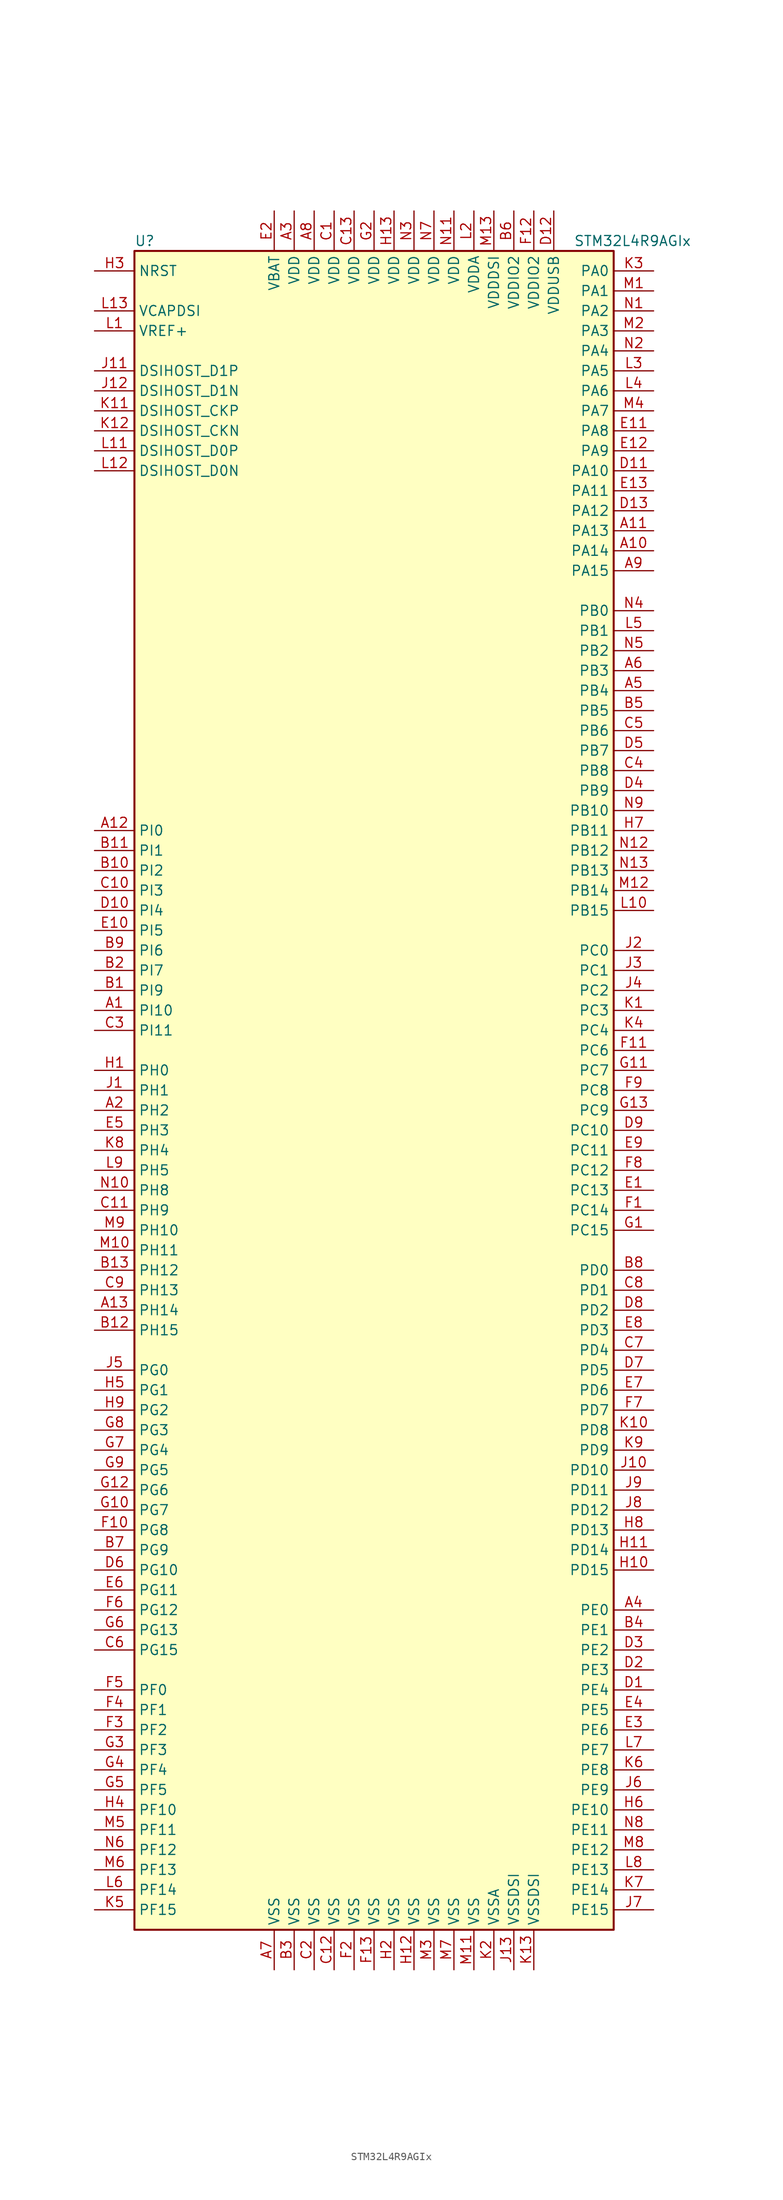
<source format=kicad_sym>
(kicad_symbol_lib
  (version 20201005)
  (generator kicad_symbol_editor)
  (symbol "STM32L4R9AGIx"
    (property "Reference" "U"
      (at -30.48 107.95 0)
      (effects (font (size 1.27 1.27)) (justify left)))
    (property "Value" "STM32L4R9AGIx"
      (at 25.4 107.95 0)
      (effects (font (size 1.27 1.27)) (justify left)))
    (symbol "STM32L4R9AGIx_0_1"
      (rectangle (start -30.48 -106.68) (end 30.48 106.68) (stroke (width 0.254)) (fill (type background))))
    (symbol "STM32L4R9AGIx_1_1"
      (pin bidirectional line (at -35.56 10.16 0) (length 5.08) (name "PI10" (effects (font (size 1.27 1.27)))) (number "A1" (effects (font (size 1.27 1.27)))))
      (pin bidirectional line (at 35.56 68.58 180) (length 5.08) (name "PA14" (effects (font (size 1.27 1.27)))) (number "A10" (effects (font (size 1.27 1.27)))))
      (pin bidirectional line (at 35.56 71.12 180) (length 5.08) (name "PA13" (effects (font (size 1.27 1.27)))) (number "A11" (effects (font (size 1.27 1.27)))))
      (pin bidirectional line (at -35.56 33.02 0) (length 5.08) (name "PI0" (effects (font (size 1.27 1.27)))) (number "A12" (effects (font (size 1.27 1.27)))))
      (pin bidirectional line (at -35.56 -27.94 0) (length 5.08) (name "PH14" (effects (font (size 1.27 1.27)))) (number "A13" (effects (font (size 1.27 1.27)))))
      (pin bidirectional line (at -35.56 -2.54 0) (length 5.08) (name "PH2" (effects (font (size 1.27 1.27)))) (number "A2" (effects (font (size 1.27 1.27)))))
      (pin power_in line (at -10.16 111.76 270) (length 5.08) (name "VDD" (effects (font (size 1.27 1.27)))) (number "A3" (effects (font (size 1.27 1.27)))))
      (pin bidirectional line (at 35.56 -66.04 180) (length 5.08) (name "PE0" (effects (font (size 1.27 1.27)))) (number "A4" (effects (font (size 1.27 1.27)))))
      (pin bidirectional line (at 35.56 50.8 180) (length 5.08) (name "PB4" (effects (font (size 1.27 1.27)))) (number "A5" (effects (font (size 1.27 1.27)))))
      (pin bidirectional line (at 35.56 53.34 180) (length 5.08) (name "PB3" (effects (font (size 1.27 1.27)))) (number "A6" (effects (font (size 1.27 1.27)))))
      (pin power_in line (at -12.7 -111.76 90) (length 5.08) (name "VSS" (effects (font (size 1.27 1.27)))) (number "A7" (effects (font (size 1.27 1.27)))))
      (pin power_in line (at -7.62 111.76 270) (length 5.08) (name "VDD" (effects (font (size 1.27 1.27)))) (number "A8" (effects (font (size 1.27 1.27)))))
      (pin bidirectional line (at 35.56 66.04 180) (length 5.08) (name "PA15" (effects (font (size 1.27 1.27)))) (number "A9" (effects (font (size 1.27 1.27)))))
      (pin bidirectional line (at -35.56 12.7 0) (length 5.08) (name "PI9" (effects (font (size 1.27 1.27)))) (number "B1" (effects (font (size 1.27 1.27)))))
      (pin bidirectional line (at -35.56 27.94 0) (length 5.08) (name "PI2" (effects (font (size 1.27 1.27)))) (number "B10" (effects (font (size 1.27 1.27)))))
      (pin bidirectional line (at -35.56 30.48 0) (length 5.08) (name "PI1" (effects (font (size 1.27 1.27)))) (number "B11" (effects (font (size 1.27 1.27)))))
      (pin bidirectional line (at -35.56 -30.48 0) (length 5.08) (name "PH15" (effects (font (size 1.27 1.27)))) (number "B12" (effects (font (size 1.27 1.27)))))
      (pin bidirectional line (at -35.56 -22.86 0) (length 5.08) (name "PH12" (effects (font (size 1.27 1.27)))) (number "B13" (effects (font (size 1.27 1.27)))))
      (pin bidirectional line (at -35.56 15.24 0) (length 5.08) (name "PI7" (effects (font (size 1.27 1.27)))) (number "B2" (effects (font (size 1.27 1.27)))))
      (pin power_in line (at -10.16 -111.76 90) (length 5.08) (name "VSS" (effects (font (size 1.27 1.27)))) (number "B3" (effects (font (size 1.27 1.27)))))
      (pin bidirectional line (at 35.56 -68.58 180) (length 5.08) (name "PE1" (effects (font (size 1.27 1.27)))) (number "B4" (effects (font (size 1.27 1.27)))))
      (pin bidirectional line (at 35.56 48.26 180) (length 5.08) (name "PB5" (effects (font (size 1.27 1.27)))) (number "B5" (effects (font (size 1.27 1.27)))))
      (pin power_in line (at 17.78 111.76 270) (length 5.08) (name "VDDIO2" (effects (font (size 1.27 1.27)))) (number "B6" (effects (font (size 1.27 1.27)))))
      (pin bidirectional line (at -35.56 -58.42 0) (length 5.08) (name "PG9" (effects (font (size 1.27 1.27)))) (number "B7" (effects (font (size 1.27 1.27)))))
      (pin bidirectional line (at 35.56 -22.86 180) (length 5.08) (name "PD0" (effects (font (size 1.27 1.27)))) (number "B8" (effects (font (size 1.27 1.27)))))
      (pin bidirectional line (at -35.56 17.78 0) (length 5.08) (name "PI6" (effects (font (size 1.27 1.27)))) (number "B9" (effects (font (size 1.27 1.27)))))
      (pin power_in line (at -5.08 111.76 270) (length 5.08) (name "VDD" (effects (font (size 1.27 1.27)))) (number "C1" (effects (font (size 1.27 1.27)))))
      (pin bidirectional line (at -35.56 25.4 0) (length 5.08) (name "PI3" (effects (font (size 1.27 1.27)))) (number "C10" (effects (font (size 1.27 1.27)))))
      (pin bidirectional line (at -35.56 -15.24 0) (length 5.08) (name "PH9" (effects (font (size 1.27 1.27)))) (number "C11" (effects (font (size 1.27 1.27)))))
      (pin power_in line (at -5.08 -111.76 90) (length 5.08) (name "VSS" (effects (font (size 1.27 1.27)))) (number "C12" (effects (font (size 1.27 1.27)))))
      (pin power_in line (at -2.54 111.76 270) (length 5.08) (name "VDD" (effects (font (size 1.27 1.27)))) (number "C13" (effects (font (size 1.27 1.27)))))
      (pin power_in line (at -7.62 -111.76 90) (length 5.08) (name "VSS" (effects (font (size 1.27 1.27)))) (number "C2" (effects (font (size 1.27 1.27)))))
      (pin bidirectional line (at -35.56 7.62 0) (length 5.08) (name "PI11" (effects (font (size 1.27 1.27)))) (number "C3" (effects (font (size 1.27 1.27)))))
      (pin bidirectional line (at 35.56 40.64 180) (length 5.08) (name "PB8" (effects (font (size 1.27 1.27)))) (number "C4" (effects (font (size 1.27 1.27)))))
      (pin bidirectional line (at 35.56 45.72 180) (length 5.08) (name "PB6" (effects (font (size 1.27 1.27)))) (number "C5" (effects (font (size 1.27 1.27)))))
      (pin bidirectional line (at -35.56 -71.12 0) (length 5.08) (name "PG15" (effects (font (size 1.27 1.27)))) (number "C6" (effects (font (size 1.27 1.27)))))
      (pin bidirectional line (at 35.56 -33.02 180) (length 5.08) (name "PD4" (effects (font (size 1.27 1.27)))) (number "C7" (effects (font (size 1.27 1.27)))))
      (pin bidirectional line (at 35.56 -25.4 180) (length 5.08) (name "PD1" (effects (font (size 1.27 1.27)))) (number "C8" (effects (font (size 1.27 1.27)))))
      (pin bidirectional line (at -35.56 -25.4 0) (length 5.08) (name "PH13" (effects (font (size 1.27 1.27)))) (number "C9" (effects (font (size 1.27 1.27)))))
      (pin bidirectional line (at 35.56 -76.2 180) (length 5.08) (name "PE4" (effects (font (size 1.27 1.27)))) (number "D1" (effects (font (size 1.27 1.27)))))
      (pin bidirectional line (at -35.56 22.86 0) (length 5.08) (name "PI4" (effects (font (size 1.27 1.27)))) (number "D10" (effects (font (size 1.27 1.27)))))
      (pin bidirectional line (at 35.56 78.74 180) (length 5.08) (name "PA10" (effects (font (size 1.27 1.27)))) (number "D11" (effects (font (size 1.27 1.27)))))
      (pin power_in line (at 22.86 111.76 270) (length 5.08) (name "VDDUSB" (effects (font (size 1.27 1.27)))) (number "D12" (effects (font (size 1.27 1.27)))))
      (pin bidirectional line (at 35.56 73.66 180) (length 5.08) (name "PA12" (effects (font (size 1.27 1.27)))) (number "D13" (effects (font (size 1.27 1.27)))))
      (pin bidirectional line (at 35.56 -73.66 180) (length 5.08) (name "PE3" (effects (font (size 1.27 1.27)))) (number "D2" (effects (font (size 1.27 1.27)))))
      (pin bidirectional line (at 35.56 -71.12 180) (length 5.08) (name "PE2" (effects (font (size 1.27 1.27)))) (number "D3" (effects (font (size 1.27 1.27)))))
      (pin bidirectional line (at 35.56 38.1 180) (length 5.08) (name "PB9" (effects (font (size 1.27 1.27)))) (number "D4" (effects (font (size 1.27 1.27)))))
      (pin bidirectional line (at 35.56 43.18 180) (length 5.08) (name "PB7" (effects (font (size 1.27 1.27)))) (number "D5" (effects (font (size 1.27 1.27)))))
      (pin bidirectional line (at -35.56 -60.96 0) (length 5.08) (name "PG10" (effects (font (size 1.27 1.27)))) (number "D6" (effects (font (size 1.27 1.27)))))
      (pin bidirectional line (at 35.56 -35.56 180) (length 5.08) (name "PD5" (effects (font (size 1.27 1.27)))) (number "D7" (effects (font (size 1.27 1.27)))))
      (pin bidirectional line (at 35.56 -27.94 180) (length 5.08) (name "PD2" (effects (font (size 1.27 1.27)))) (number "D8" (effects (font (size 1.27 1.27)))))
      (pin bidirectional line (at 35.56 -5.08 180) (length 5.08) (name "PC10" (effects (font (size 1.27 1.27)))) (number "D9" (effects (font (size 1.27 1.27)))))
      (pin bidirectional line (at 35.56 -12.7 180) (length 5.08) (name "PC13" (effects (font (size 1.27 1.27)))) (number "E1" (effects (font (size 1.27 1.27)))))
      (pin bidirectional line (at -35.56 20.32 0) (length 5.08) (name "PI5" (effects (font (size 1.27 1.27)))) (number "E10" (effects (font (size 1.27 1.27)))))
      (pin bidirectional line (at 35.56 83.82 180) (length 5.08) (name "PA8" (effects (font (size 1.27 1.27)))) (number "E11" (effects (font (size 1.27 1.27)))))
      (pin bidirectional line (at 35.56 81.28 180) (length 5.08) (name "PA9" (effects (font (size 1.27 1.27)))) (number "E12" (effects (font (size 1.27 1.27)))))
      (pin bidirectional line (at 35.56 76.2 180) (length 5.08) (name "PA11" (effects (font (size 1.27 1.27)))) (number "E13" (effects (font (size 1.27 1.27)))))
      (pin power_in line (at -12.7 111.76 270) (length 5.08) (name "VBAT" (effects (font (size 1.27 1.27)))) (number "E2" (effects (font (size 1.27 1.27)))))
      (pin bidirectional line (at 35.56 -81.28 180) (length 5.08) (name "PE6" (effects (font (size 1.27 1.27)))) (number "E3" (effects (font (size 1.27 1.27)))))
      (pin bidirectional line (at 35.56 -78.74 180) (length 5.08) (name "PE5" (effects (font (size 1.27 1.27)))) (number "E4" (effects (font (size 1.27 1.27)))))
      (pin bidirectional line (at -35.56 -5.08 0) (length 5.08) (name "PH3" (effects (font (size 1.27 1.27)))) (number "E5" (effects (font (size 1.27 1.27)))))
      (pin bidirectional line (at -35.56 -63.5 0) (length 5.08) (name "PG11" (effects (font (size 1.27 1.27)))) (number "E6" (effects (font (size 1.27 1.27)))))
      (pin bidirectional line (at 35.56 -38.1 180) (length 5.08) (name "PD6" (effects (font (size 1.27 1.27)))) (number "E7" (effects (font (size 1.27 1.27)))))
      (pin bidirectional line (at 35.56 -30.48 180) (length 5.08) (name "PD3" (effects (font (size 1.27 1.27)))) (number "E8" (effects (font (size 1.27 1.27)))))
      (pin bidirectional line (at 35.56 -7.62 180) (length 5.08) (name "PC11" (effects (font (size 1.27 1.27)))) (number "E9" (effects (font (size 1.27 1.27)))))
      (pin bidirectional line (at 35.56 -15.24 180) (length 5.08) (name "PC14" (effects (font (size 1.27 1.27)))) (number "F1" (effects (font (size 1.27 1.27)))))
      (pin bidirectional line (at -35.56 -55.88 0) (length 5.08) (name "PG8" (effects (font (size 1.27 1.27)))) (number "F10" (effects (font (size 1.27 1.27)))))
      (pin bidirectional line (at 35.56 5.08 180) (length 5.08) (name "PC6" (effects (font (size 1.27 1.27)))) (number "F11" (effects (font (size 1.27 1.27)))))
      (pin power_in line (at 20.32 111.76 270) (length 5.08) (name "VDDIO2" (effects (font (size 1.27 1.27)))) (number "F12" (effects (font (size 1.27 1.27)))))
      (pin power_in line (at 0 -111.76 90) (length 5.08) (name "VSS" (effects (font (size 1.27 1.27)))) (number "F13" (effects (font (size 1.27 1.27)))))
      (pin power_in line (at -2.54 -111.76 90) (length 5.08) (name "VSS" (effects (font (size 1.27 1.27)))) (number "F2" (effects (font (size 1.27 1.27)))))
      (pin bidirectional line (at -35.56 -81.28 0) (length 5.08) (name "PF2" (effects (font (size 1.27 1.27)))) (number "F3" (effects (font (size 1.27 1.27)))))
      (pin bidirectional line (at -35.56 -78.74 0) (length 5.08) (name "PF1" (effects (font (size 1.27 1.27)))) (number "F4" (effects (font (size 1.27 1.27)))))
      (pin bidirectional line (at -35.56 -76.2 0) (length 5.08) (name "PF0" (effects (font (size 1.27 1.27)))) (number "F5" (effects (font (size 1.27 1.27)))))
      (pin bidirectional line (at -35.56 -66.04 0) (length 5.08) (name "PG12" (effects (font (size 1.27 1.27)))) (number "F6" (effects (font (size 1.27 1.27)))))
      (pin bidirectional line (at 35.56 -40.64 180) (length 5.08) (name "PD7" (effects (font (size 1.27 1.27)))) (number "F7" (effects (font (size 1.27 1.27)))))
      (pin bidirectional line (at 35.56 -10.16 180) (length 5.08) (name "PC12" (effects (font (size 1.27 1.27)))) (number "F8" (effects (font (size 1.27 1.27)))))
      (pin bidirectional line (at 35.56 0 180) (length 5.08) (name "PC8" (effects (font (size 1.27 1.27)))) (number "F9" (effects (font (size 1.27 1.27)))))
      (pin bidirectional line (at 35.56 -17.78 180) (length 5.08) (name "PC15" (effects (font (size 1.27 1.27)))) (number "G1" (effects (font (size 1.27 1.27)))))
      (pin bidirectional line (at -35.56 -53.34 0) (length 5.08) (name "PG7" (effects (font (size 1.27 1.27)))) (number "G10" (effects (font (size 1.27 1.27)))))
      (pin bidirectional line (at 35.56 2.54 180) (length 5.08) (name "PC7" (effects (font (size 1.27 1.27)))) (number "G11" (effects (font (size 1.27 1.27)))))
      (pin bidirectional line (at -35.56 -50.8 0) (length 5.08) (name "PG6" (effects (font (size 1.27 1.27)))) (number "G12" (effects (font (size 1.27 1.27)))))
      (pin bidirectional line (at 35.56 -2.54 180) (length 5.08) (name "PC9" (effects (font (size 1.27 1.27)))) (number "G13" (effects (font (size 1.27 1.27)))))
      (pin power_in line (at 0 111.76 270) (length 5.08) (name "VDD" (effects (font (size 1.27 1.27)))) (number "G2" (effects (font (size 1.27 1.27)))))
      (pin bidirectional line (at -35.56 -83.82 0) (length 5.08) (name "PF3" (effects (font (size 1.27 1.27)))) (number "G3" (effects (font (size 1.27 1.27)))))
      (pin bidirectional line (at -35.56 -86.36 0) (length 5.08) (name "PF4" (effects (font (size 1.27 1.27)))) (number "G4" (effects (font (size 1.27 1.27)))))
      (pin bidirectional line (at -35.56 -88.9 0) (length 5.08) (name "PF5" (effects (font (size 1.27 1.27)))) (number "G5" (effects (font (size 1.27 1.27)))))
      (pin bidirectional line (at -35.56 -68.58 0) (length 5.08) (name "PG13" (effects (font (size 1.27 1.27)))) (number "G6" (effects (font (size 1.27 1.27)))))
      (pin bidirectional line (at -35.56 -45.72 0) (length 5.08) (name "PG4" (effects (font (size 1.27 1.27)))) (number "G7" (effects (font (size 1.27 1.27)))))
      (pin bidirectional line (at -35.56 -43.18 0) (length 5.08) (name "PG3" (effects (font (size 1.27 1.27)))) (number "G8" (effects (font (size 1.27 1.27)))))
      (pin bidirectional line (at -35.56 -48.26 0) (length 5.08) (name "PG5" (effects (font (size 1.27 1.27)))) (number "G9" (effects (font (size 1.27 1.27)))))
      (pin input line (at -35.56 2.54 0) (length 5.08) (name "PH0" (effects (font (size 1.27 1.27)))) (number "H1" (effects (font (size 1.27 1.27)))))
      (pin bidirectional line (at 35.56 -60.96 180) (length 5.08) (name "PD15" (effects (font (size 1.27 1.27)))) (number "H10" (effects (font (size 1.27 1.27)))))
      (pin bidirectional line (at 35.56 -58.42 180) (length 5.08) (name "PD14" (effects (font (size 1.27 1.27)))) (number "H11" (effects (font (size 1.27 1.27)))))
      (pin power_in line (at 5.08 -111.76 90) (length 5.08) (name "VSS" (effects (font (size 1.27 1.27)))) (number "H12" (effects (font (size 1.27 1.27)))))
      (pin power_in line (at 2.54 111.76 270) (length 5.08) (name "VDD" (effects (font (size 1.27 1.27)))) (number "H13" (effects (font (size 1.27 1.27)))))
      (pin power_in line (at 2.54 -111.76 90) (length 5.08) (name "VSS" (effects (font (size 1.27 1.27)))) (number "H2" (effects (font (size 1.27 1.27)))))
      (pin input line (at -35.56 104.14 0) (length 5.08) (name "NRST" (effects (font (size 1.27 1.27)))) (number "H3" (effects (font (size 1.27 1.27)))))
      (pin bidirectional line (at -35.56 -91.44 0) (length 5.08) (name "PF10" (effects (font (size 1.27 1.27)))) (number "H4" (effects (font (size 1.27 1.27)))))
      (pin bidirectional line (at -35.56 -38.1 0) (length 5.08) (name "PG1" (effects (font (size 1.27 1.27)))) (number "H5" (effects (font (size 1.27 1.27)))))
      (pin bidirectional line (at 35.56 -91.44 180) (length 5.08) (name "PE10" (effects (font (size 1.27 1.27)))) (number "H6" (effects (font (size 1.27 1.27)))))
      (pin bidirectional line (at 35.56 33.02 180) (length 5.08) (name "PB11" (effects (font (size 1.27 1.27)))) (number "H7" (effects (font (size 1.27 1.27)))))
      (pin bidirectional line (at 35.56 -55.88 180) (length 5.08) (name "PD13" (effects (font (size 1.27 1.27)))) (number "H8" (effects (font (size 1.27 1.27)))))
      (pin bidirectional line (at -35.56 -40.64 0) (length 5.08) (name "PG2" (effects (font (size 1.27 1.27)))) (number "H9" (effects (font (size 1.27 1.27)))))
      (pin input line (at -35.56 0 0) (length 5.08) (name "PH1" (effects (font (size 1.27 1.27)))) (number "J1" (effects (font (size 1.27 1.27)))))
      (pin bidirectional line (at 35.56 -48.26 180) (length 5.08) (name "PD10" (effects (font (size 1.27 1.27)))) (number "J10" (effects (font (size 1.27 1.27)))))
      (pin bidirectional line (at -35.56 91.44 0) (length 5.08) (name "DSIHOST_D1P" (effects (font (size 1.27 1.27)))) (number "J11" (effects (font (size 1.27 1.27)))))
      (pin bidirectional line (at -35.56 88.9 0) (length 5.08) (name "DSIHOST_D1N" (effects (font (size 1.27 1.27)))) (number "J12" (effects (font (size 1.27 1.27)))))
      (pin power_in line (at 17.78 -111.76 90) (length 5.08) (name "VSSDSI" (effects (font (size 1.27 1.27)))) (number "J13" (effects (font (size 1.27 1.27)))))
      (pin bidirectional line (at 35.56 17.78 180) (length 5.08) (name "PC0" (effects (font (size 1.27 1.27)))) (number "J2" (effects (font (size 1.27 1.27)))))
      (pin bidirectional line (at 35.56 15.24 180) (length 5.08) (name "PC1" (effects (font (size 1.27 1.27)))) (number "J3" (effects (font (size 1.27 1.27)))))
      (pin bidirectional line (at 35.56 12.7 180) (length 5.08) (name "PC2" (effects (font (size 1.27 1.27)))) (number "J4" (effects (font (size 1.27 1.27)))))
      (pin bidirectional line (at -35.56 -35.56 0) (length 5.08) (name "PG0" (effects (font (size 1.27 1.27)))) (number "J5" (effects (font (size 1.27 1.27)))))
      (pin bidirectional line (at 35.56 -88.9 180) (length 5.08) (name "PE9" (effects (font (size 1.27 1.27)))) (number "J6" (effects (font (size 1.27 1.27)))))
      (pin bidirectional line (at 35.56 -104.14 180) (length 5.08) (name "PE15" (effects (font (size 1.27 1.27)))) (number "J7" (effects (font (size 1.27 1.27)))))
      (pin bidirectional line (at 35.56 -53.34 180) (length 5.08) (name "PD12" (effects (font (size 1.27 1.27)))) (number "J8" (effects (font (size 1.27 1.27)))))
      (pin bidirectional line (at 35.56 -50.8 180) (length 5.08) (name "PD11" (effects (font (size 1.27 1.27)))) (number "J9" (effects (font (size 1.27 1.27)))))
      (pin bidirectional line (at 35.56 10.16 180) (length 5.08) (name "PC3" (effects (font (size 1.27 1.27)))) (number "K1" (effects (font (size 1.27 1.27)))))
      (pin bidirectional line (at 35.56 -43.18 180) (length 5.08) (name "PD8" (effects (font (size 1.27 1.27)))) (number "K10" (effects (font (size 1.27 1.27)))))
      (pin bidirectional line (at -35.56 86.36 0) (length 5.08) (name "DSIHOST_CKP" (effects (font (size 1.27 1.27)))) (number "K11" (effects (font (size 1.27 1.27)))))
      (pin bidirectional line (at -35.56 83.82 0) (length 5.08) (name "DSIHOST_CKN" (effects (font (size 1.27 1.27)))) (number "K12" (effects (font (size 1.27 1.27)))))
      (pin power_in line (at 20.32 -111.76 90) (length 5.08) (name "VSSDSI" (effects (font (size 1.27 1.27)))) (number "K13" (effects (font (size 1.27 1.27)))))
      (pin power_in line (at 15.24 -111.76 90) (length 5.08) (name "VSSA" (effects (font (size 1.27 1.27)))) (number "K2" (effects (font (size 1.27 1.27)))))
      (pin bidirectional line (at 35.56 104.14 180) (length 5.08) (name "PA0" (effects (font (size 1.27 1.27)))) (number "K3" (effects (font (size 1.27 1.27)))))
      (pin bidirectional line (at 35.56 7.62 180) (length 5.08) (name "PC4" (effects (font (size 1.27 1.27)))) (number "K4" (effects (font (size 1.27 1.27)))))
      (pin bidirectional line (at -35.56 -104.14 0) (length 5.08) (name "PF15" (effects (font (size 1.27 1.27)))) (number "K5" (effects (font (size 1.27 1.27)))))
      (pin bidirectional line (at 35.56 -86.36 180) (length 5.08) (name "PE8" (effects (font (size 1.27 1.27)))) (number "K6" (effects (font (size 1.27 1.27)))))
      (pin bidirectional line (at 35.56 -101.6 180) (length 5.08) (name "PE14" (effects (font (size 1.27 1.27)))) (number "K7" (effects (font (size 1.27 1.27)))))
      (pin bidirectional line (at -35.56 -7.62 0) (length 5.08) (name "PH4" (effects (font (size 1.27 1.27)))) (number "K8" (effects (font (size 1.27 1.27)))))
      (pin bidirectional line (at 35.56 -45.72 180) (length 5.08) (name "PD9" (effects (font (size 1.27 1.27)))) (number "K9" (effects (font (size 1.27 1.27)))))
      (pin bidirectional line (at -35.56 96.52 0) (length 5.08) (name "VREF+" (effects (font (size 1.27 1.27)))) (number "L1" (effects (font (size 1.27 1.27)))))
      (pin bidirectional line (at 35.56 22.86 180) (length 5.08) (name "PB15" (effects (font (size 1.27 1.27)))) (number "L10" (effects (font (size 1.27 1.27)))))
      (pin bidirectional line (at -35.56 81.28 0) (length 5.08) (name "DSIHOST_D0P" (effects (font (size 1.27 1.27)))) (number "L11" (effects (font (size 1.27 1.27)))))
      (pin bidirectional line (at -35.56 78.74 0) (length 5.08) (name "DSIHOST_D0N" (effects (font (size 1.27 1.27)))) (number "L12" (effects (font (size 1.27 1.27)))))
      (pin power_in line (at -35.56 99.06 0) (length 5.08) (name "VCAPDSI" (effects (font (size 1.27 1.27)))) (number "L13" (effects (font (size 1.27 1.27)))))
      (pin power_in line (at 12.7 111.76 270) (length 5.08) (name "VDDA" (effects (font (size 1.27 1.27)))) (number "L2" (effects (font (size 1.27 1.27)))))
      (pin bidirectional line (at 35.56 91.44 180) (length 5.08) (name "PA5" (effects (font (size 1.27 1.27)))) (number "L3" (effects (font (size 1.27 1.27)))))
      (pin bidirectional line (at 35.56 88.9 180) (length 5.08) (name "PA6" (effects (font (size 1.27 1.27)))) (number "L4" (effects (font (size 1.27 1.27)))))
      (pin bidirectional line (at 35.56 58.42 180) (length 5.08) (name "PB1" (effects (font (size 1.27 1.27)))) (number "L5" (effects (font (size 1.27 1.27)))))
      (pin bidirectional line (at -35.56 -101.6 0) (length 5.08) (name "PF14" (effects (font (size 1.27 1.27)))) (number "L6" (effects (font (size 1.27 1.27)))))
      (pin bidirectional line (at 35.56 -83.82 180) (length 5.08) (name "PE7" (effects (font (size 1.27 1.27)))) (number "L7" (effects (font (size 1.27 1.27)))))
      (pin bidirectional line (at 35.56 -99.06 180) (length 5.08) (name "PE13" (effects (font (size 1.27 1.27)))) (number "L8" (effects (font (size 1.27 1.27)))))
      (pin bidirectional line (at -35.56 -10.16 0) (length 5.08) (name "PH5" (effects (font (size 1.27 1.27)))) (number "L9" (effects (font (size 1.27 1.27)))))
      (pin bidirectional line (at 35.56 101.6 180) (length 5.08) (name "PA1" (effects (font (size 1.27 1.27)))) (number "M1" (effects (font (size 1.27 1.27)))))
      (pin bidirectional line (at -35.56 -20.32 0) (length 5.08) (name "PH11" (effects (font (size 1.27 1.27)))) (number "M10" (effects (font (size 1.27 1.27)))))
      (pin power_in line (at 12.7 -111.76 90) (length 5.08) (name "VSS" (effects (font (size 1.27 1.27)))) (number "M11" (effects (font (size 1.27 1.27)))))
      (pin bidirectional line (at 35.56 25.4 180) (length 5.08) (name "PB14" (effects (font (size 1.27 1.27)))) (number "M12" (effects (font (size 1.27 1.27)))))
      (pin power_in line (at 15.24 111.76 270) (length 5.08) (name "VDDDSI" (effects (font (size 1.27 1.27)))) (number "M13" (effects (font (size 1.27 1.27)))))
      (pin bidirectional line (at 35.56 96.52 180) (length 5.08) (name "PA3" (effects (font (size 1.27 1.27)))) (number "M2" (effects (font (size 1.27 1.27)))))
      (pin power_in line (at 7.62 -111.76 90) (length 5.08) (name "VSS" (effects (font (size 1.27 1.27)))) (number "M3" (effects (font (size 1.27 1.27)))))
      (pin bidirectional line (at 35.56 86.36 180) (length 5.08) (name "PA7" (effects (font (size 1.27 1.27)))) (number "M4" (effects (font (size 1.27 1.27)))))
      (pin bidirectional line (at -35.56 -93.98 0) (length 5.08) (name "PF11" (effects (font (size 1.27 1.27)))) (number "M5" (effects (font (size 1.27 1.27)))))
      (pin bidirectional line (at -35.56 -99.06 0) (length 5.08) (name "PF13" (effects (font (size 1.27 1.27)))) (number "M6" (effects (font (size 1.27 1.27)))))
      (pin power_in line (at 10.16 -111.76 90) (length 5.08) (name "VSS" (effects (font (size 1.27 1.27)))) (number "M7" (effects (font (size 1.27 1.27)))))
      (pin bidirectional line (at 35.56 -96.52 180) (length 5.08) (name "PE12" (effects (font (size 1.27 1.27)))) (number "M8" (effects (font (size 1.27 1.27)))))
      (pin bidirectional line (at -35.56 -17.78 0) (length 5.08) (name "PH10" (effects (font (size 1.27 1.27)))) (number "M9" (effects (font (size 1.27 1.27)))))
      (pin bidirectional line (at 35.56 99.06 180) (length 5.08) (name "PA2" (effects (font (size 1.27 1.27)))) (number "N1" (effects (font (size 1.27 1.27)))))
      (pin bidirectional line (at -35.56 -12.7 0) (length 5.08) (name "PH8" (effects (font (size 1.27 1.27)))) (number "N10" (effects (font (size 1.27 1.27)))))
      (pin power_in line (at 10.16 111.76 270) (length 5.08) (name "VDD" (effects (font (size 1.27 1.27)))) (number "N11" (effects (font (size 1.27 1.27)))))
      (pin bidirectional line (at 35.56 30.48 180) (length 5.08) (name "PB12" (effects (font (size 1.27 1.27)))) (number "N12" (effects (font (size 1.27 1.27)))))
      (pin bidirectional line (at 35.56 27.94 180) (length 5.08) (name "PB13" (effects (font (size 1.27 1.27)))) (number "N13" (effects (font (size 1.27 1.27)))))
      (pin bidirectional line (at 35.56 93.98 180) (length 5.08) (name "PA4" (effects (font (size 1.27 1.27)))) (number "N2" (effects (font (size 1.27 1.27)))))
      (pin power_in line (at 5.08 111.76 270) (length 5.08) (name "VDD" (effects (font (size 1.27 1.27)))) (number "N3" (effects (font (size 1.27 1.27)))))
      (pin bidirectional line (at 35.56 60.96 180) (length 5.08) (name "PB0" (effects (font (size 1.27 1.27)))) (number "N4" (effects (font (size 1.27 1.27)))))
      (pin bidirectional line (at 35.56 55.88 180) (length 5.08) (name "PB2" (effects (font (size 1.27 1.27)))) (number "N5" (effects (font (size 1.27 1.27)))))
      (pin bidirectional line (at -35.56 -96.52 0) (length 5.08) (name "PF12" (effects (font (size 1.27 1.27)))) (number "N6" (effects (font (size 1.27 1.27)))))
      (pin power_in line (at 7.62 111.76 270) (length 5.08) (name "VDD" (effects (font (size 1.27 1.27)))) (number "N7" (effects (font (size 1.27 1.27)))))
      (pin bidirectional line (at 35.56 -93.98 180) (length 5.08) (name "PE11" (effects (font (size 1.27 1.27)))) (number "N8" (effects (font (size 1.27 1.27)))))
      (pin bidirectional line (at 35.56 35.56 180) (length 5.08) (name "PB10" (effects (font (size 1.27 1.27)))) (number "N9" (effects (font (size 1.27 1.27))))))))
</source>
